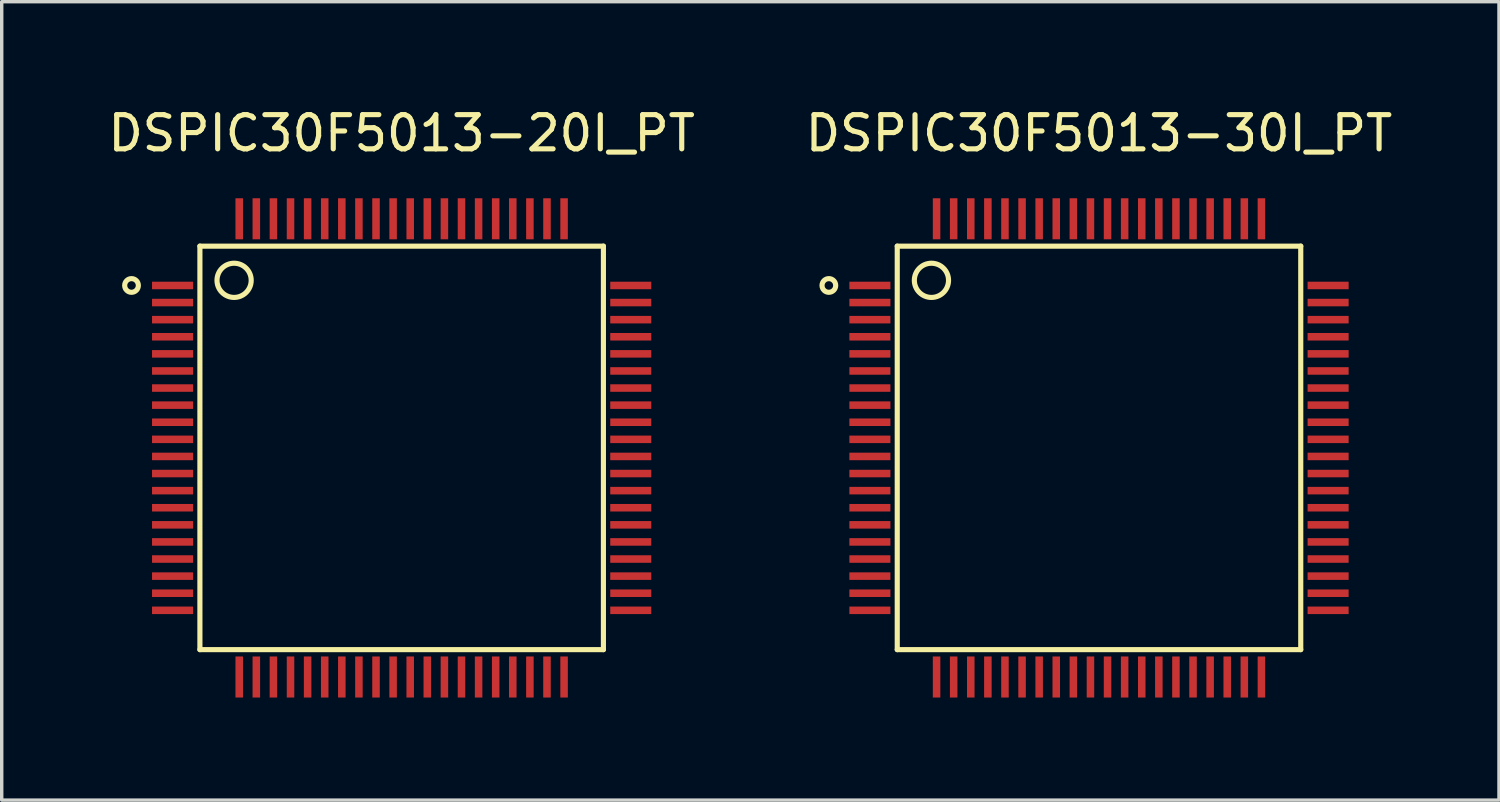
<source format=kicad_pcb>
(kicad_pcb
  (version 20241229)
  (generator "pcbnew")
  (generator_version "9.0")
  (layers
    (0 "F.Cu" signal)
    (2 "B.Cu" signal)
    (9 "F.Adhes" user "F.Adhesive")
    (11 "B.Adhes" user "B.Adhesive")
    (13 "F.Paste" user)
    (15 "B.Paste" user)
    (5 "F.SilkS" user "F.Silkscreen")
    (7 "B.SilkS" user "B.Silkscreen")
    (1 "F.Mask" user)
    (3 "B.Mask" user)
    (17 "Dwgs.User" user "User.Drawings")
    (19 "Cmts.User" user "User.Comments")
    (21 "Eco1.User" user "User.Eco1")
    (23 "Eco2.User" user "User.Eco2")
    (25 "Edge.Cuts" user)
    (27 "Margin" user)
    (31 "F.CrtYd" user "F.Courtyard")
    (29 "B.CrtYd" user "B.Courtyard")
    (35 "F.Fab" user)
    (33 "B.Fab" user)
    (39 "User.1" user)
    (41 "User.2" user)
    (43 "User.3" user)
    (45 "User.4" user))
  (footprint "DSPIC30F5013-20I_PT"
    (layer "F.Cu")
    (at 1.996 3.348)
    (property "Reference" "DSPIC30F5013-20I_PT" (at 6.7 -2.5 0) (layer "F.SilkS") (effects (font (size 1 1) (thickness 0.15))))
    (attr through_hole)
    (fp_line (start 0.8 0.8) (end 0.8 12.6) (stroke (width 0.15) (type solid)) (layer "F.SilkS"))
    (fp_line (start 0.8 0.8) (end 12.6 0.8) (stroke (width 0.15) (type solid)) (layer "F.SilkS"))
    (fp_line (start 0.8 12.6) (end 12.6 12.6) (stroke (width 0.15) (type solid)) (layer "F.SilkS"))
    (fp_line (start 12.6 12.6) (end 12.6 0.8) (stroke (width 0.15) (type solid)) (layer "F.SilkS"))
    (fp_circle (center -1.2 1.95) (end -1.2 1.75) (stroke (width 0.15) (type solid)) (fill no) (layer "F.SilkS"))
    (fp_circle (center 1.8 1.8) (end 1.8 1.3) (stroke (width 0.15) (type solid)) (fill no) (layer "F.SilkS"))
    (pad "1" smd rect (at 0 1.95) (size 1.2 0.22) (layers "F.Cu" "F.Mask" "F.Paste"))
    (pad "2" smd rect (at 0 2.45) (size 1.2 0.22) (layers "F.Cu" "F.Mask" "F.Paste"))
    (pad "3" smd rect (at 0 2.95) (size 1.2 0.22) (layers "F.Cu" "F.Mask" "F.Paste"))
    (pad "4" smd rect (at 0 3.45) (size 1.2 0.22) (layers "F.Cu" "F.Mask" "F.Paste"))
    (pad "5" smd rect (at 0 3.95) (size 1.2 0.22) (layers "F.Cu" "F.Mask" "F.Paste"))
    (pad "6" smd rect (at 0 4.45) (size 1.2 0.22) (layers "F.Cu" "F.Mask" "F.Paste"))
    (pad "7" smd rect (at 0 4.95) (size 1.2 0.22) (layers "F.Cu" "F.Mask" "F.Paste"))
    (pad "8" smd rect (at 0 5.45) (size 1.2 0.22) (layers "F.Cu" "F.Mask" "F.Paste"))
    (pad "9" smd rect (at 0 5.95) (size 1.2 0.22) (layers "F.Cu" "F.Mask" "F.Paste"))
    (pad "10" smd rect (at 0 6.45) (size 1.2 0.22) (layers "F.Cu" "F.Mask" "F.Paste"))
    (pad "11" smd rect (at 0 6.95) (size 1.2 0.22) (layers "F.Cu" "F.Mask" "F.Paste"))
    (pad "12" smd rect (at 0 7.45) (size 1.2 0.22) (layers "F.Cu" "F.Mask" "F.Paste"))
    (pad "13" smd rect (at 0 7.95) (size 1.2 0.22) (layers "F.Cu" "F.Mask" "F.Paste"))
    (pad "14" smd rect (at 0 8.45) (size 1.2 0.22) (layers "F.Cu" "F.Mask" "F.Paste"))
    (pad "15" smd rect (at 0 8.95) (size 1.2 0.22) (layers "F.Cu" "F.Mask" "F.Paste"))
    (pad "16" smd rect (at 0 9.45) (size 1.2 0.22) (layers "F.Cu" "F.Mask" "F.Paste"))
    (pad "17" smd rect (at 0 9.95) (size 1.2 0.22) (layers "F.Cu" "F.Mask" "F.Paste"))
    (pad "18" smd rect (at 0 10.45) (size 1.2 0.22) (layers "F.Cu" "F.Mask" "F.Paste"))
    (pad "19" smd rect (at 0 10.95) (size 1.2 0.22) (layers "F.Cu" "F.Mask" "F.Paste"))
    (pad "20" smd rect (at 0 11.45) (size 1.2 0.22) (layers "F.Cu" "F.Mask" "F.Paste"))
    (pad "21" smd rect (at 1.95 13.4) (size 0.22 1.2) (layers "F.Cu" "F.Mask" "F.Paste"))
    (pad "22" smd rect (at 2.45 13.4) (size 0.22 1.2) (layers "F.Cu" "F.Mask" "F.Paste"))
    (pad "23" smd rect (at 2.95 13.4) (size 0.22 1.2) (layers "F.Cu" "F.Mask" "F.Paste"))
    (pad "24" smd rect (at 3.45 13.4) (size 0.22 1.2) (layers "F.Cu" "F.Mask" "F.Paste"))
    (pad "25" smd rect (at 3.95 13.4) (size 0.22 1.2) (layers "F.Cu" "F.Mask" "F.Paste"))
    (pad "26" smd rect (at 4.45 13.4) (size 0.22 1.2) (layers "F.Cu" "F.Mask" "F.Paste"))
    (pad "27" smd rect (at 4.95 13.4) (size 0.22 1.2) (layers "F.Cu" "F.Mask" "F.Paste"))
    (pad "28" smd rect (at 5.45 13.4) (size 0.22 1.2) (layers "F.Cu" "F.Mask" "F.Paste"))
    (pad "29" smd rect (at 5.95 13.4) (size 0.22 1.2) (layers "F.Cu" "F.Mask" "F.Paste"))
    (pad "30" smd rect (at 6.45 13.4) (size 0.22 1.2) (layers "F.Cu" "F.Mask" "F.Paste"))
    (pad "31" smd rect (at 6.95 13.4) (size 0.22 1.2) (layers "F.Cu" "F.Mask" "F.Paste"))
    (pad "32" smd rect (at 7.45 13.4) (size 0.22 1.2) (layers "F.Cu" "F.Mask" "F.Paste"))
    (pad "33" smd rect (at 7.95 13.4) (size 0.22 1.2) (layers "F.Cu" "F.Mask" "F.Paste"))
    (pad "34" smd rect (at 8.45 13.4) (size 0.22 1.2) (layers "F.Cu" "F.Mask" "F.Paste"))
    (pad "35" smd rect (at 8.95 13.4) (size 0.22 1.2) (layers "F.Cu" "F.Mask" "F.Paste"))
    (pad "36" smd rect (at 9.45 13.4) (size 0.22 1.2) (layers "F.Cu" "F.Mask" "F.Paste"))
    (pad "37" smd rect (at 9.95 13.4) (size 0.22 1.2) (layers "F.Cu" "F.Mask" "F.Paste"))
    (pad "38" smd rect (at 10.45 13.4) (size 0.22 1.2) (layers "F.Cu" "F.Mask" "F.Paste"))
    (pad "39" smd rect (at 10.95 13.4) (size 0.22 1.2) (layers "F.Cu" "F.Mask" "F.Paste"))
    (pad "40" smd rect (at 11.45 13.4) (size 0.22 1.2) (layers "F.Cu" "F.Mask" "F.Paste"))
    (pad "41" smd rect (at 13.4 11.45) (size 1.2 0.22) (layers "F.Cu" "F.Mask" "F.Paste"))
    (pad "42" smd rect (at 13.4 10.95) (size 1.2 0.22) (layers "F.Cu" "F.Mask" "F.Paste"))
    (pad "43" smd rect (at 13.4 10.45) (size 1.2 0.22) (layers "F.Cu" "F.Mask" "F.Paste"))
    (pad "44" smd rect (at 13.4 9.95) (size 1.2 0.22) (layers "F.Cu" "F.Mask" "F.Paste"))
    (pad "45" smd rect (at 13.4 9.45) (size 1.2 0.22) (layers "F.Cu" "F.Mask" "F.Paste"))
    (pad "46" smd rect (at 13.4 8.95) (size 1.2 0.22) (layers "F.Cu" "F.Mask" "F.Paste"))
    (pad "47" smd rect (at 13.4 8.45) (size 1.2 0.22) (layers "F.Cu" "F.Mask" "F.Paste"))
    (pad "48" smd rect (at 13.4 7.95) (size 1.2 0.22) (layers "F.Cu" "F.Mask" "F.Paste"))
    (pad "49" smd rect (at 13.4 7.45) (size 1.2 0.22) (layers "F.Cu" "F.Mask" "F.Paste"))
    (pad "50" smd rect (at 13.4 6.95) (size 1.2 0.22) (layers "F.Cu" "F.Mask" "F.Paste"))
    (pad "51" smd rect (at 13.4 6.45) (size 1.2 0.22) (layers "F.Cu" "F.Mask" "F.Paste"))
    (pad "52" smd rect (at 13.4 5.95) (size 1.2 0.22) (layers "F.Cu" "F.Mask" "F.Paste"))
    (pad "53" smd rect (at 13.4 5.45) (size 1.2 0.22) (layers "F.Cu" "F.Mask" "F.Paste"))
    (pad "54" smd rect (at 13.4 4.95) (size 1.2 0.22) (layers "F.Cu" "F.Mask" "F.Paste"))
    (pad "55" smd rect (at 13.4 4.45) (size 1.2 0.22) (layers "F.Cu" "F.Mask" "F.Paste"))
    (pad "56" smd rect (at 13.4 3.95) (size 1.2 0.22) (layers "F.Cu" "F.Mask" "F.Paste"))
    (pad "57" smd rect (at 13.4 3.45) (size 1.2 0.22) (layers "F.Cu" "F.Mask" "F.Paste"))
    (pad "58" smd rect (at 13.4 2.95) (size 1.2 0.22) (layers "F.Cu" "F.Mask" "F.Paste"))
    (pad "59" smd rect (at 13.4 2.45) (size 1.2 0.22) (layers "F.Cu" "F.Mask" "F.Paste"))
    (pad "60" smd rect (at 13.4 1.95) (size 1.2 0.22) (layers "F.Cu" "F.Mask" "F.Paste"))
    (pad "61" smd rect (at 11.45 0) (size 0.22 1.2) (layers "F.Cu" "F.Mask" "F.Paste"))
    (pad "62" smd rect (at 10.95 0) (size 0.22 1.2) (layers "F.Cu" "F.Mask" "F.Paste"))
    (pad "63" smd rect (at 10.45 0) (size 0.22 1.2) (layers "F.Cu" "F.Mask" "F.Paste"))
    (pad "64" smd rect (at 9.95 0) (size 0.22 1.2) (layers "F.Cu" "F.Mask" "F.Paste"))
    (pad "65" smd rect (at 9.45 0) (size 0.22 1.2) (layers "F.Cu" "F.Mask" "F.Paste"))
    (pad "66" smd rect (at 8.95 0) (size 0.22 1.2) (layers "F.Cu" "F.Mask" "F.Paste"))
    (pad "67" smd rect (at 8.45 0) (size 0.22 1.2) (layers "F.Cu" "F.Mask" "F.Paste"))
    (pad "68" smd rect (at 7.95 0) (size 0.22 1.2) (layers "F.Cu" "F.Mask" "F.Paste"))
    (pad "69" smd rect (at 7.45 0) (size 0.22 1.2) (layers "F.Cu" "F.Mask" "F.Paste"))
    (pad "70" smd rect (at 6.95 0) (size 0.22 1.2) (layers "F.Cu" "F.Mask" "F.Paste"))
    (pad "71" smd rect (at 6.45 0) (size 0.22 1.2) (layers "F.Cu" "F.Mask" "F.Paste"))
    (pad "72" smd rect (at 5.95 0) (size 0.22 1.2) (layers "F.Cu" "F.Mask" "F.Paste"))
    (pad "73" smd rect (at 5.45 0) (size 0.22 1.2) (layers "F.Cu" "F.Mask" "F.Paste"))
    (pad "74" smd rect (at 4.95 0) (size 0.22 1.2) (layers "F.Cu" "F.Mask" "F.Paste"))
    (pad "75" smd rect (at 4.45 0) (size 0.22 1.2) (layers "F.Cu" "F.Mask" "F.Paste"))
    (pad "76" smd rect (at 3.95 0) (size 0.22 1.2) (layers "F.Cu" "F.Mask" "F.Paste"))
    (pad "77" smd rect (at 3.45 0) (size 0.22 1.2) (layers "F.Cu" "F.Mask" "F.Paste"))
    (pad "78" smd rect (at 2.95 0) (size 0.22 1.2) (layers "F.Cu" "F.Mask" "F.Paste"))
    (pad "79" smd rect (at 2.45 0) (size 0.22 1.2) (layers "F.Cu" "F.Mask" "F.Paste"))
    (pad "80" smd rect (at 1.95 0) (size 0.22 1.2) (layers "F.Cu" "F.Mask" "F.Paste")))
  (footprint "DSPIC30F5013-30I_PT"
    (layer "F.Cu")
    (at 22.389 3.348)
    (property "Reference" "DSPIC30F5013-30I_PT" (at 6.7 -2.5 0) (layer "F.SilkS") (effects (font (size 1 1) (thickness 0.15))))
    (attr through_hole)
    (fp_line (start 0.8 0.8) (end 0.8 12.6) (stroke (width 0.15) (type solid)) (layer "F.SilkS"))
    (fp_line (start 0.8 0.8) (end 12.6 0.8) (stroke (width 0.15) (type solid)) (layer "F.SilkS"))
    (fp_line (start 0.8 12.6) (end 12.6 12.6) (stroke (width 0.15) (type solid)) (layer "F.SilkS"))
    (fp_line (start 12.6 12.6) (end 12.6 0.8) (stroke (width 0.15) (type solid)) (layer "F.SilkS"))
    (fp_circle (center -1.2 1.95) (end -1.2 1.75) (stroke (width 0.15) (type solid)) (fill no) (layer "F.SilkS"))
    (fp_circle (center 1.8 1.8) (end 1.8 1.3) (stroke (width 0.15) (type solid)) (fill no) (layer "F.SilkS"))
    (pad "1" smd rect (at 0 1.95) (size 1.2 0.22) (layers "F.Cu" "F.Mask" "F.Paste"))
    (pad "2" smd rect (at 0 2.45) (size 1.2 0.22) (layers "F.Cu" "F.Mask" "F.Paste"))
    (pad "3" smd rect (at 0 2.95) (size 1.2 0.22) (layers "F.Cu" "F.Mask" "F.Paste"))
    (pad "4" smd rect (at 0 3.45) (size 1.2 0.22) (layers "F.Cu" "F.Mask" "F.Paste"))
    (pad "5" smd rect (at 0 3.95) (size 1.2 0.22) (layers "F.Cu" "F.Mask" "F.Paste"))
    (pad "6" smd rect (at 0 4.45) (size 1.2 0.22) (layers "F.Cu" "F.Mask" "F.Paste"))
    (pad "7" smd rect (at 0 4.95) (size 1.2 0.22) (layers "F.Cu" "F.Mask" "F.Paste"))
    (pad "8" smd rect (at 0 5.45) (size 1.2 0.22) (layers "F.Cu" "F.Mask" "F.Paste"))
    (pad "9" smd rect (at 0 5.95) (size 1.2 0.22) (layers "F.Cu" "F.Mask" "F.Paste"))
    (pad "10" smd rect (at 0 6.45) (size 1.2 0.22) (layers "F.Cu" "F.Mask" "F.Paste"))
    (pad "11" smd rect (at 0 6.95) (size 1.2 0.22) (layers "F.Cu" "F.Mask" "F.Paste"))
    (pad "12" smd rect (at 0 7.45) (size 1.2 0.22) (layers "F.Cu" "F.Mask" "F.Paste"))
    (pad "13" smd rect (at 0 7.95) (size 1.2 0.22) (layers "F.Cu" "F.Mask" "F.Paste"))
    (pad "14" smd rect (at 0 8.45) (size 1.2 0.22) (layers "F.Cu" "F.Mask" "F.Paste"))
    (pad "15" smd rect (at 0 8.95) (size 1.2 0.22) (layers "F.Cu" "F.Mask" "F.Paste"))
    (pad "16" smd rect (at 0 9.45) (size 1.2 0.22) (layers "F.Cu" "F.Mask" "F.Paste"))
    (pad "17" smd rect (at 0 9.95) (size 1.2 0.22) (layers "F.Cu" "F.Mask" "F.Paste"))
    (pad "18" smd rect (at 0 10.45) (size 1.2 0.22) (layers "F.Cu" "F.Mask" "F.Paste"))
    (pad "19" smd rect (at 0 10.95) (size 1.2 0.22) (layers "F.Cu" "F.Mask" "F.Paste"))
    (pad "20" smd rect (at 0 11.45) (size 1.2 0.22) (layers "F.Cu" "F.Mask" "F.Paste"))
    (pad "21" smd rect (at 1.95 13.4) (size 0.22 1.2) (layers "F.Cu" "F.Mask" "F.Paste"))
    (pad "22" smd rect (at 2.45 13.4) (size 0.22 1.2) (layers "F.Cu" "F.Mask" "F.Paste"))
    (pad "23" smd rect (at 2.95 13.4) (size 0.22 1.2) (layers "F.Cu" "F.Mask" "F.Paste"))
    (pad "24" smd rect (at 3.45 13.4) (size 0.22 1.2) (layers "F.Cu" "F.Mask" "F.Paste"))
    (pad "25" smd rect (at 3.95 13.4) (size 0.22 1.2) (layers "F.Cu" "F.Mask" "F.Paste"))
    (pad "26" smd rect (at 4.45 13.4) (size 0.22 1.2) (layers "F.Cu" "F.Mask" "F.Paste"))
    (pad "27" smd rect (at 4.95 13.4) (size 0.22 1.2) (layers "F.Cu" "F.Mask" "F.Paste"))
    (pad "28" smd rect (at 5.45 13.4) (size 0.22 1.2) (layers "F.Cu" "F.Mask" "F.Paste"))
    (pad "29" smd rect (at 5.95 13.4) (size 0.22 1.2) (layers "F.Cu" "F.Mask" "F.Paste"))
    (pad "30" smd rect (at 6.45 13.4) (size 0.22 1.2) (layers "F.Cu" "F.Mask" "F.Paste"))
    (pad "31" smd rect (at 6.95 13.4) (size 0.22 1.2) (layers "F.Cu" "F.Mask" "F.Paste"))
    (pad "32" smd rect (at 7.45 13.4) (size 0.22 1.2) (layers "F.Cu" "F.Mask" "F.Paste"))
    (pad "33" smd rect (at 7.95 13.4) (size 0.22 1.2) (layers "F.Cu" "F.Mask" "F.Paste"))
    (pad "34" smd rect (at 8.45 13.4) (size 0.22 1.2) (layers "F.Cu" "F.Mask" "F.Paste"))
    (pad "35" smd rect (at 8.95 13.4) (size 0.22 1.2) (layers "F.Cu" "F.Mask" "F.Paste"))
    (pad "36" smd rect (at 9.45 13.4) (size 0.22 1.2) (layers "F.Cu" "F.Mask" "F.Paste"))
    (pad "37" smd rect (at 9.95 13.4) (size 0.22 1.2) (layers "F.Cu" "F.Mask" "F.Paste"))
    (pad "38" smd rect (at 10.45 13.4) (size 0.22 1.2) (layers "F.Cu" "F.Mask" "F.Paste"))
    (pad "39" smd rect (at 10.95 13.4) (size 0.22 1.2) (layers "F.Cu" "F.Mask" "F.Paste"))
    (pad "40" smd rect (at 11.45 13.4) (size 0.22 1.2) (layers "F.Cu" "F.Mask" "F.Paste"))
    (pad "41" smd rect (at 13.4 11.45) (size 1.2 0.22) (layers "F.Cu" "F.Mask" "F.Paste"))
    (pad "42" smd rect (at 13.4 10.95) (size 1.2 0.22) (layers "F.Cu" "F.Mask" "F.Paste"))
    (pad "43" smd rect (at 13.4 10.45) (size 1.2 0.22) (layers "F.Cu" "F.Mask" "F.Paste"))
    (pad "44" smd rect (at 13.4 9.95) (size 1.2 0.22) (layers "F.Cu" "F.Mask" "F.Paste"))
    (pad "45" smd rect (at 13.4 9.45) (size 1.2 0.22) (layers "F.Cu" "F.Mask" "F.Paste"))
    (pad "46" smd rect (at 13.4 8.95) (size 1.2 0.22) (layers "F.Cu" "F.Mask" "F.Paste"))
    (pad "47" smd rect (at 13.4 8.45) (size 1.2 0.22) (layers "F.Cu" "F.Mask" "F.Paste"))
    (pad "48" smd rect (at 13.4 7.95) (size 1.2 0.22) (layers "F.Cu" "F.Mask" "F.Paste"))
    (pad "49" smd rect (at 13.4 7.45) (size 1.2 0.22) (layers "F.Cu" "F.Mask" "F.Paste"))
    (pad "50" smd rect (at 13.4 6.95) (size 1.2 0.22) (layers "F.Cu" "F.Mask" "F.Paste"))
    (pad "51" smd rect (at 13.4 6.45) (size 1.2 0.22) (layers "F.Cu" "F.Mask" "F.Paste"))
    (pad "52" smd rect (at 13.4 5.95) (size 1.2 0.22) (layers "F.Cu" "F.Mask" "F.Paste"))
    (pad "53" smd rect (at 13.4 5.45) (size 1.2 0.22) (layers "F.Cu" "F.Mask" "F.Paste"))
    (pad "54" smd rect (at 13.4 4.95) (size 1.2 0.22) (layers "F.Cu" "F.Mask" "F.Paste"))
    (pad "55" smd rect (at 13.4 4.45) (size 1.2 0.22) (layers "F.Cu" "F.Mask" "F.Paste"))
    (pad "56" smd rect (at 13.4 3.95) (size 1.2 0.22) (layers "F.Cu" "F.Mask" "F.Paste"))
    (pad "57" smd rect (at 13.4 3.45) (size 1.2 0.22) (layers "F.Cu" "F.Mask" "F.Paste"))
    (pad "58" smd rect (at 13.4 2.95) (size 1.2 0.22) (layers "F.Cu" "F.Mask" "F.Paste"))
    (pad "59" smd rect (at 13.4 2.45) (size 1.2 0.22) (layers "F.Cu" "F.Mask" "F.Paste"))
    (pad "60" smd rect (at 13.4 1.95) (size 1.2 0.22) (layers "F.Cu" "F.Mask" "F.Paste"))
    (pad "61" smd rect (at 11.45 0) (size 0.22 1.2) (layers "F.Cu" "F.Mask" "F.Paste"))
    (pad "62" smd rect (at 10.95 0) (size 0.22 1.2) (layers "F.Cu" "F.Mask" "F.Paste"))
    (pad "63" smd rect (at 10.45 0) (size 0.22 1.2) (layers "F.Cu" "F.Mask" "F.Paste"))
    (pad "64" smd rect (at 9.95 0) (size 0.22 1.2) (layers "F.Cu" "F.Mask" "F.Paste"))
    (pad "65" smd rect (at 9.45 0) (size 0.22 1.2) (layers "F.Cu" "F.Mask" "F.Paste"))
    (pad "66" smd rect (at 8.95 0) (size 0.22 1.2) (layers "F.Cu" "F.Mask" "F.Paste"))
    (pad "67" smd rect (at 8.45 0) (size 0.22 1.2) (layers "F.Cu" "F.Mask" "F.Paste"))
    (pad "68" smd rect (at 7.95 0) (size 0.22 1.2) (layers "F.Cu" "F.Mask" "F.Paste"))
    (pad "69" smd rect (at 7.45 0) (size 0.22 1.2) (layers "F.Cu" "F.Mask" "F.Paste"))
    (pad "70" smd rect (at 6.95 0) (size 0.22 1.2) (layers "F.Cu" "F.Mask" "F.Paste"))
    (pad "71" smd rect (at 6.45 0) (size 0.22 1.2) (layers "F.Cu" "F.Mask" "F.Paste"))
    (pad "72" smd rect (at 5.95 0) (size 0.22 1.2) (layers "F.Cu" "F.Mask" "F.Paste"))
    (pad "73" smd rect (at 5.45 0) (size 0.22 1.2) (layers "F.Cu" "F.Mask" "F.Paste"))
    (pad "74" smd rect (at 4.95 0) (size 0.22 1.2) (layers "F.Cu" "F.Mask" "F.Paste"))
    (pad "75" smd rect (at 4.45 0) (size 0.22 1.2) (layers "F.Cu" "F.Mask" "F.Paste"))
    (pad "76" smd rect (at 3.95 0) (size 0.22 1.2) (layers "F.Cu" "F.Mask" "F.Paste"))
    (pad "77" smd rect (at 3.45 0) (size 0.22 1.2) (layers "F.Cu" "F.Mask" "F.Paste"))
    (pad "78" smd rect (at 2.95 0) (size 0.22 1.2) (layers "F.Cu" "F.Mask" "F.Paste"))
    (pad "79" smd rect (at 2.45 0) (size 0.22 1.2) (layers "F.Cu" "F.Mask" "F.Paste"))
    (pad "80" smd rect (at 1.95 0) (size 0.22 1.2) (layers "F.Cu" "F.Mask" "F.Paste")))
  (gr_rect
    (start -3 -3)
    (end 40.786 20.348)
    (stroke (width 0.1) (type default))
    (fill no)
    (layer "Edge.Cuts")))
</source>
